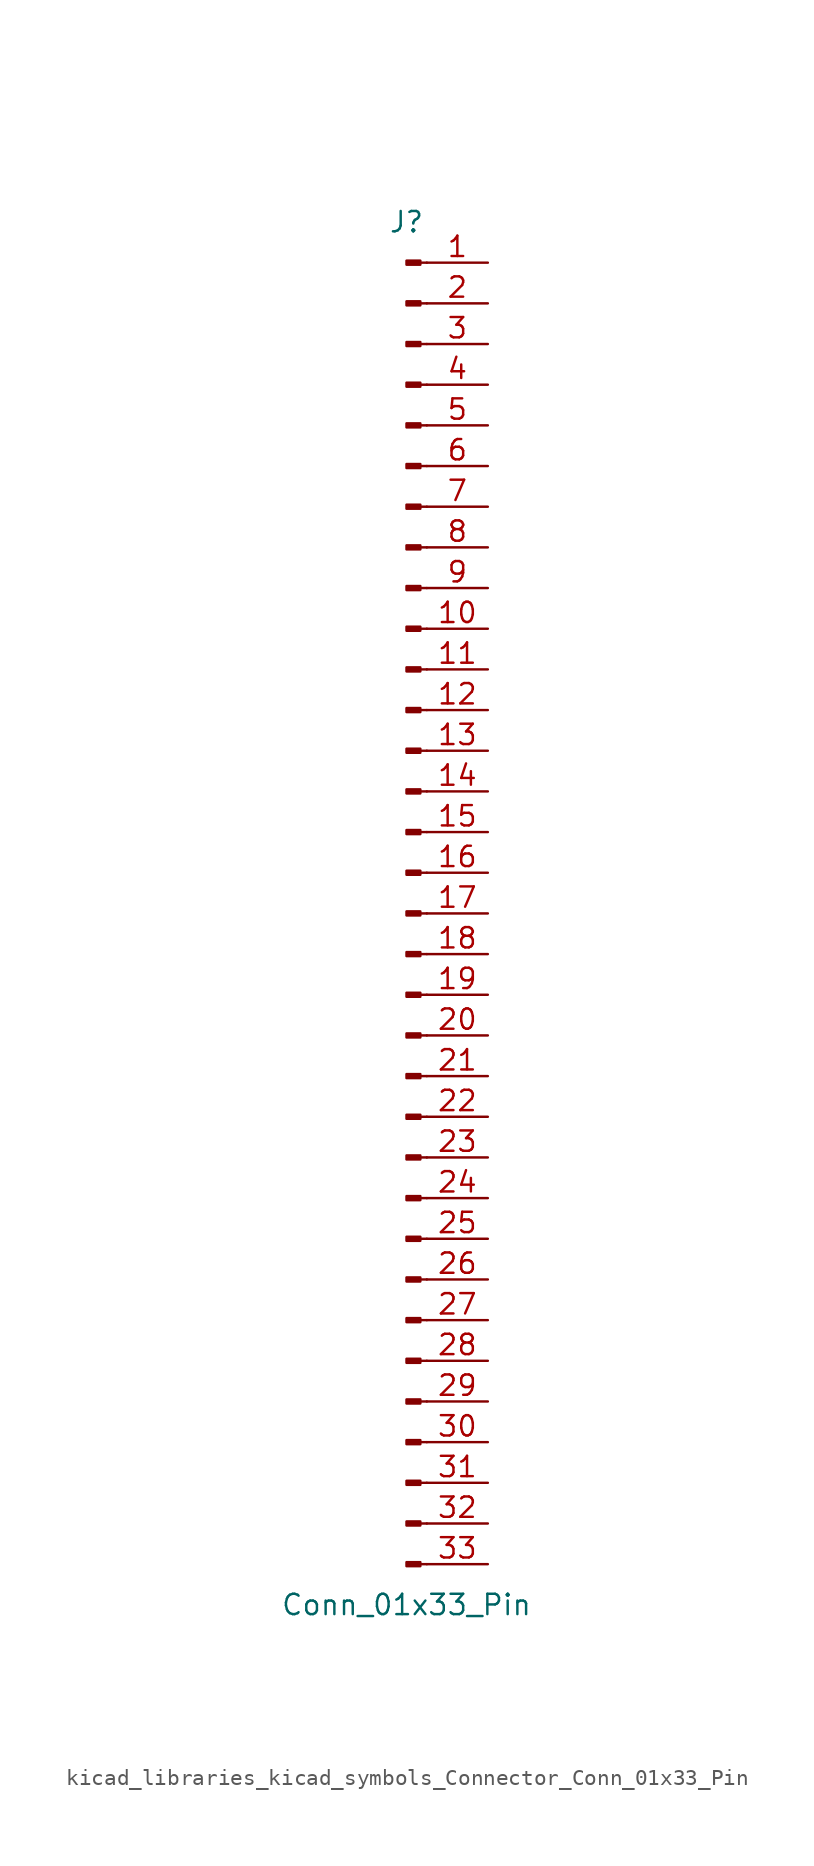
<source format=kicad_sym>
(kicad_symbol_lib
  (version 20220914)
  (generator kicad_symbol_editor)
  (symbol "kicad_libraries_kicad_symbols_Connector_Conn_01x33_Pin"
    (pin_names
      (offset 1.016) hide)
    (property "Reference" "J"
      (at 0 43.18 0)
      (effects (font (size 1.27 1.27))))
    (property "Value" "Conn_01x33_Pin"
      (at 0 -43.18 0)
      (effects (font (size 1.27 1.27))))
    (property "ki_locked" ""
      (at 0 0 0)
      (effects (font (size 1.27 1.27))))
    (symbol "kicad_libraries_kicad_symbols_Connector_Conn_01x33_Pin_1_1"
      (polyline (pts (xy 1.27 -40.64) (xy 0.864 -40.64)) (stroke (width 0.152) (type default)) (fill (type none)))
      (polyline (pts (xy 1.27 -38.1) (xy 0.864 -38.1)) (stroke (width 0.152) (type default)) (fill (type none)))
      (polyline (pts (xy 1.27 -35.56) (xy 0.864 -35.56)) (stroke (width 0.152) (type default)) (fill (type none)))
      (polyline (pts (xy 1.27 -33.02) (xy 0.864 -33.02)) (stroke (width 0.152) (type default)) (fill (type none)))
      (polyline (pts (xy 1.27 -30.48) (xy 0.864 -30.48)) (stroke (width 0.152) (type default)) (fill (type none)))
      (polyline (pts (xy 1.27 -27.94) (xy 0.864 -27.94)) (stroke (width 0.152) (type default)) (fill (type none)))
      (polyline (pts (xy 1.27 -25.4) (xy 0.864 -25.4)) (stroke (width 0.152) (type default)) (fill (type none)))
      (polyline (pts (xy 1.27 -22.86) (xy 0.864 -22.86)) (stroke (width 0.152) (type default)) (fill (type none)))
      (polyline (pts (xy 1.27 -20.32) (xy 0.864 -20.32)) (stroke (width 0.152) (type default)) (fill (type none)))
      (polyline (pts (xy 1.27 -17.78) (xy 0.864 -17.78)) (stroke (width 0.152) (type default)) (fill (type none)))
      (polyline (pts (xy 1.27 -15.24) (xy 0.864 -15.24)) (stroke (width 0.152) (type default)) (fill (type none)))
      (polyline (pts (xy 1.27 -12.7) (xy 0.864 -12.7)) (stroke (width 0.152) (type default)) (fill (type none)))
      (polyline (pts (xy 1.27 -10.16) (xy 0.864 -10.16)) (stroke (width 0.152) (type default)) (fill (type none)))
      (polyline (pts (xy 1.27 -7.62) (xy 0.864 -7.62)) (stroke (width 0.152) (type default)) (fill (type none)))
      (polyline (pts (xy 1.27 -5.08) (xy 0.864 -5.08)) (stroke (width 0.152) (type default)) (fill (type none)))
      (polyline (pts (xy 1.27 -2.54) (xy 0.864 -2.54)) (stroke (width 0.152) (type default)) (fill (type none)))
      (polyline (pts (xy 1.27 0) (xy 0.864 0)) (stroke (width 0.152) (type default)) (fill (type none)))
      (polyline (pts (xy 1.27 2.54) (xy 0.864 2.54)) (stroke (width 0.152) (type default)) (fill (type none)))
      (polyline (pts (xy 1.27 5.08) (xy 0.864 5.08)) (stroke (width 0.152) (type default)) (fill (type none)))
      (polyline (pts (xy 1.27 7.62) (xy 0.864 7.62)) (stroke (width 0.152) (type default)) (fill (type none)))
      (polyline (pts (xy 1.27 10.16) (xy 0.864 10.16)) (stroke (width 0.152) (type default)) (fill (type none)))
      (polyline (pts (xy 1.27 12.7) (xy 0.864 12.7)) (stroke (width 0.152) (type default)) (fill (type none)))
      (polyline (pts (xy 1.27 15.24) (xy 0.864 15.24)) (stroke (width 0.152) (type default)) (fill (type none)))
      (polyline (pts (xy 1.27 17.78) (xy 0.864 17.78)) (stroke (width 0.152) (type default)) (fill (type none)))
      (polyline (pts (xy 1.27 20.32) (xy 0.864 20.32)) (stroke (width 0.152) (type default)) (fill (type none)))
      (polyline (pts (xy 1.27 22.86) (xy 0.864 22.86)) (stroke (width 0.152) (type default)) (fill (type none)))
      (polyline (pts (xy 1.27 25.4) (xy 0.864 25.4)) (stroke (width 0.152) (type default)) (fill (type none)))
      (polyline (pts (xy 1.27 27.94) (xy 0.864 27.94)) (stroke (width 0.152) (type default)) (fill (type none)))
      (polyline (pts (xy 1.27 30.48) (xy 0.864 30.48)) (stroke (width 0.152) (type default)) (fill (type none)))
      (polyline (pts (xy 1.27 33.02) (xy 0.864 33.02)) (stroke (width 0.152) (type default)) (fill (type none)))
      (polyline (pts (xy 1.27 35.56) (xy 0.864 35.56)) (stroke (width 0.152) (type default)) (fill (type none)))
      (polyline (pts (xy 1.27 38.1) (xy 0.864 38.1)) (stroke (width 0.152) (type default)) (fill (type none)))
      (polyline (pts (xy 1.27 40.64) (xy 0.864 40.64)) (stroke (width 0.152) (type default)) (fill (type none)))
      (rectangle (start 0.864 -40.513) (end 0 -40.767) (stroke (width 0.152) (type default)) (fill (type outline)))
      (rectangle (start 0.864 -37.973) (end 0 -38.227) (stroke (width 0.152) (type default)) (fill (type outline)))
      (rectangle (start 0.864 -35.433) (end 0 -35.687) (stroke (width 0.152) (type default)) (fill (type outline)))
      (rectangle (start 0.864 -32.893) (end 0 -33.147) (stroke (width 0.152) (type default)) (fill (type outline)))
      (rectangle (start 0.864 -30.353) (end 0 -30.607) (stroke (width 0.152) (type default)) (fill (type outline)))
      (rectangle (start 0.864 -27.813) (end 0 -28.067) (stroke (width 0.152) (type default)) (fill (type outline)))
      (rectangle (start 0.864 -25.273) (end 0 -25.527) (stroke (width 0.152) (type default)) (fill (type outline)))
      (rectangle (start 0.864 -22.733) (end 0 -22.987) (stroke (width 0.152) (type default)) (fill (type outline)))
      (rectangle (start 0.864 -20.193) (end 0 -20.447) (stroke (width 0.152) (type default)) (fill (type outline)))
      (rectangle (start 0.864 -17.653) (end 0 -17.907) (stroke (width 0.152) (type default)) (fill (type outline)))
      (rectangle (start 0.864 -15.113) (end 0 -15.367) (stroke (width 0.152) (type default)) (fill (type outline)))
      (rectangle (start 0.864 -12.573) (end 0 -12.827) (stroke (width 0.152) (type default)) (fill (type outline)))
      (rectangle (start 0.864 -10.033) (end 0 -10.287) (stroke (width 0.152) (type default)) (fill (type outline)))
      (rectangle (start 0.864 -7.493) (end 0 -7.747) (stroke (width 0.152) (type default)) (fill (type outline)))
      (rectangle (start 0.864 -4.953) (end 0 -5.207) (stroke (width 0.152) (type default)) (fill (type outline)))
      (rectangle (start 0.864 -2.413) (end 0 -2.667) (stroke (width 0.152) (type default)) (fill (type outline)))
      (rectangle (start 0.864 0.127) (end 0 -0.127) (stroke (width 0.152) (type default)) (fill (type outline)))
      (rectangle (start 0.864 2.667) (end 0 2.413) (stroke (width 0.152) (type default)) (fill (type outline)))
      (rectangle (start 0.864 5.207) (end 0 4.953) (stroke (width 0.152) (type default)) (fill (type outline)))
      (rectangle (start 0.864 7.747) (end 0 7.493) (stroke (width 0.152) (type default)) (fill (type outline)))
      (rectangle (start 0.864 10.287) (end 0 10.033) (stroke (width 0.152) (type default)) (fill (type outline)))
      (rectangle (start 0.864 12.827) (end 0 12.573) (stroke (width 0.152) (type default)) (fill (type outline)))
      (rectangle (start 0.864 15.367) (end 0 15.113) (stroke (width 0.152) (type default)) (fill (type outline)))
      (rectangle (start 0.864 17.907) (end 0 17.653) (stroke (width 0.152) (type default)) (fill (type outline)))
      (rectangle (start 0.864 20.447) (end 0 20.193) (stroke (width 0.152) (type default)) (fill (type outline)))
      (rectangle (start 0.864 22.987) (end 0 22.733) (stroke (width 0.152) (type default)) (fill (type outline)))
      (rectangle (start 0.864 25.527) (end 0 25.273) (stroke (width 0.152) (type default)) (fill (type outline)))
      (rectangle (start 0.864 28.067) (end 0 27.813) (stroke (width 0.152) (type default)) (fill (type outline)))
      (rectangle (start 0.864 30.607) (end 0 30.353) (stroke (width 0.152) (type default)) (fill (type outline)))
      (rectangle (start 0.864 33.147) (end 0 32.893) (stroke (width 0.152) (type default)) (fill (type outline)))
      (rectangle (start 0.864 35.687) (end 0 35.433) (stroke (width 0.152) (type default)) (fill (type outline)))
      (rectangle (start 0.864 38.227) (end 0 37.973) (stroke (width 0.152) (type default)) (fill (type outline)))
      (rectangle (start 0.864 40.767) (end 0 40.513) (stroke (width 0.152) (type default)) (fill (type outline)))
      (pin passive line (at 5.08 40.64 180) (length 3.81) (name "Pin_1" (effects (font (size 1.27 1.27)))) (number "1" (effects (font (size 1.27 1.27)))))
      (pin passive line (at 5.08 17.78 180) (length 3.81) (name "Pin_10" (effects (font (size 1.27 1.27)))) (number "10" (effects (font (size 1.27 1.27)))))
      (pin passive line (at 5.08 15.24 180) (length 3.81) (name "Pin_11" (effects (font (size 1.27 1.27)))) (number "11" (effects (font (size 1.27 1.27)))))
      (pin passive line (at 5.08 12.7 180) (length 3.81) (name "Pin_12" (effects (font (size 1.27 1.27)))) (number "12" (effects (font (size 1.27 1.27)))))
      (pin passive line (at 5.08 10.16 180) (length 3.81) (name "Pin_13" (effects (font (size 1.27 1.27)))) (number "13" (effects (font (size 1.27 1.27)))))
      (pin passive line (at 5.08 7.62 180) (length 3.81) (name "Pin_14" (effects (font (size 1.27 1.27)))) (number "14" (effects (font (size 1.27 1.27)))))
      (pin passive line (at 5.08 5.08 180) (length 3.81) (name "Pin_15" (effects (font (size 1.27 1.27)))) (number "15" (effects (font (size 1.27 1.27)))))
      (pin passive line (at 5.08 2.54 180) (length 3.81) (name "Pin_16" (effects (font (size 1.27 1.27)))) (number "16" (effects (font (size 1.27 1.27)))))
      (pin passive line (at 5.08 0 180) (length 3.81) (name "Pin_17" (effects (font (size 1.27 1.27)))) (number "17" (effects (font (size 1.27 1.27)))))
      (pin passive line (at 5.08 -2.54 180) (length 3.81) (name "Pin_18" (effects (font (size 1.27 1.27)))) (number "18" (effects (font (size 1.27 1.27)))))
      (pin passive line (at 5.08 -5.08 180) (length 3.81) (name "Pin_19" (effects (font (size 1.27 1.27)))) (number "19" (effects (font (size 1.27 1.27)))))
      (pin passive line (at 5.08 38.1 180) (length 3.81) (name "Pin_2" (effects (font (size 1.27 1.27)))) (number "2" (effects (font (size 1.27 1.27)))))
      (pin passive line (at 5.08 -7.62 180) (length 3.81) (name "Pin_20" (effects (font (size 1.27 1.27)))) (number "20" (effects (font (size 1.27 1.27)))))
      (pin passive line (at 5.08 -10.16 180) (length 3.81) (name "Pin_21" (effects (font (size 1.27 1.27)))) (number "21" (effects (font (size 1.27 1.27)))))
      (pin passive line (at 5.08 -12.7 180) (length 3.81) (name "Pin_22" (effects (font (size 1.27 1.27)))) (number "22" (effects (font (size 1.27 1.27)))))
      (pin passive line (at 5.08 -15.24 180) (length 3.81) (name "Pin_23" (effects (font (size 1.27 1.27)))) (number "23" (effects (font (size 1.27 1.27)))))
      (pin passive line (at 5.08 -17.78 180) (length 3.81) (name "Pin_24" (effects (font (size 1.27 1.27)))) (number "24" (effects (font (size 1.27 1.27)))))
      (pin passive line (at 5.08 -20.32 180) (length 3.81) (name "Pin_25" (effects (font (size 1.27 1.27)))) (number "25" (effects (font (size 1.27 1.27)))))
      (pin passive line (at 5.08 -22.86 180) (length 3.81) (name "Pin_26" (effects (font (size 1.27 1.27)))) (number "26" (effects (font (size 1.27 1.27)))))
      (pin passive line (at 5.08 -25.4 180) (length 3.81) (name "Pin_27" (effects (font (size 1.27 1.27)))) (number "27" (effects (font (size 1.27 1.27)))))
      (pin passive line (at 5.08 -27.94 180) (length 3.81) (name "Pin_28" (effects (font (size 1.27 1.27)))) (number "28" (effects (font (size 1.27 1.27)))))
      (pin passive line (at 5.08 -30.48 180) (length 3.81) (name "Pin_29" (effects (font (size 1.27 1.27)))) (number "29" (effects (font (size 1.27 1.27)))))
      (pin passive line (at 5.08 35.56 180) (length 3.81) (name "Pin_3" (effects (font (size 1.27 1.27)))) (number "3" (effects (font (size 1.27 1.27)))))
      (pin passive line (at 5.08 -33.02 180) (length 3.81) (name "Pin_30" (effects (font (size 1.27 1.27)))) (number "30" (effects (font (size 1.27 1.27)))))
      (pin passive line (at 5.08 -35.56 180) (length 3.81) (name "Pin_31" (effects (font (size 1.27 1.27)))) (number "31" (effects (font (size 1.27 1.27)))))
      (pin passive line (at 5.08 -38.1 180) (length 3.81) (name "Pin_32" (effects (font (size 1.27 1.27)))) (number "32" (effects (font (size 1.27 1.27)))))
      (pin passive line (at 5.08 -40.64 180) (length 3.81) (name "Pin_33" (effects (font (size 1.27 1.27)))) (number "33" (effects (font (size 1.27 1.27)))))
      (pin passive line (at 5.08 33.02 180) (length 3.81) (name "Pin_4" (effects (font (size 1.27 1.27)))) (number "4" (effects (font (size 1.27 1.27)))))
      (pin passive line (at 5.08 30.48 180) (length 3.81) (name "Pin_5" (effects (font (size 1.27 1.27)))) (number "5" (effects (font (size 1.27 1.27)))))
      (pin passive line (at 5.08 27.94 180) (length 3.81) (name "Pin_6" (effects (font (size 1.27 1.27)))) (number "6" (effects (font (size 1.27 1.27)))))
      (pin passive line (at 5.08 25.4 180) (length 3.81) (name "Pin_7" (effects (font (size 1.27 1.27)))) (number "7" (effects (font (size 1.27 1.27)))))
      (pin passive line (at 5.08 22.86 180) (length 3.81) (name "Pin_8" (effects (font (size 1.27 1.27)))) (number "8" (effects (font (size 1.27 1.27)))))
      (pin passive line (at 5.08 20.32 180) (length 3.81) (name "Pin_9" (effects (font (size 1.27 1.27)))) (number "9" (effects (font (size 1.27 1.27))))))))
</source>
